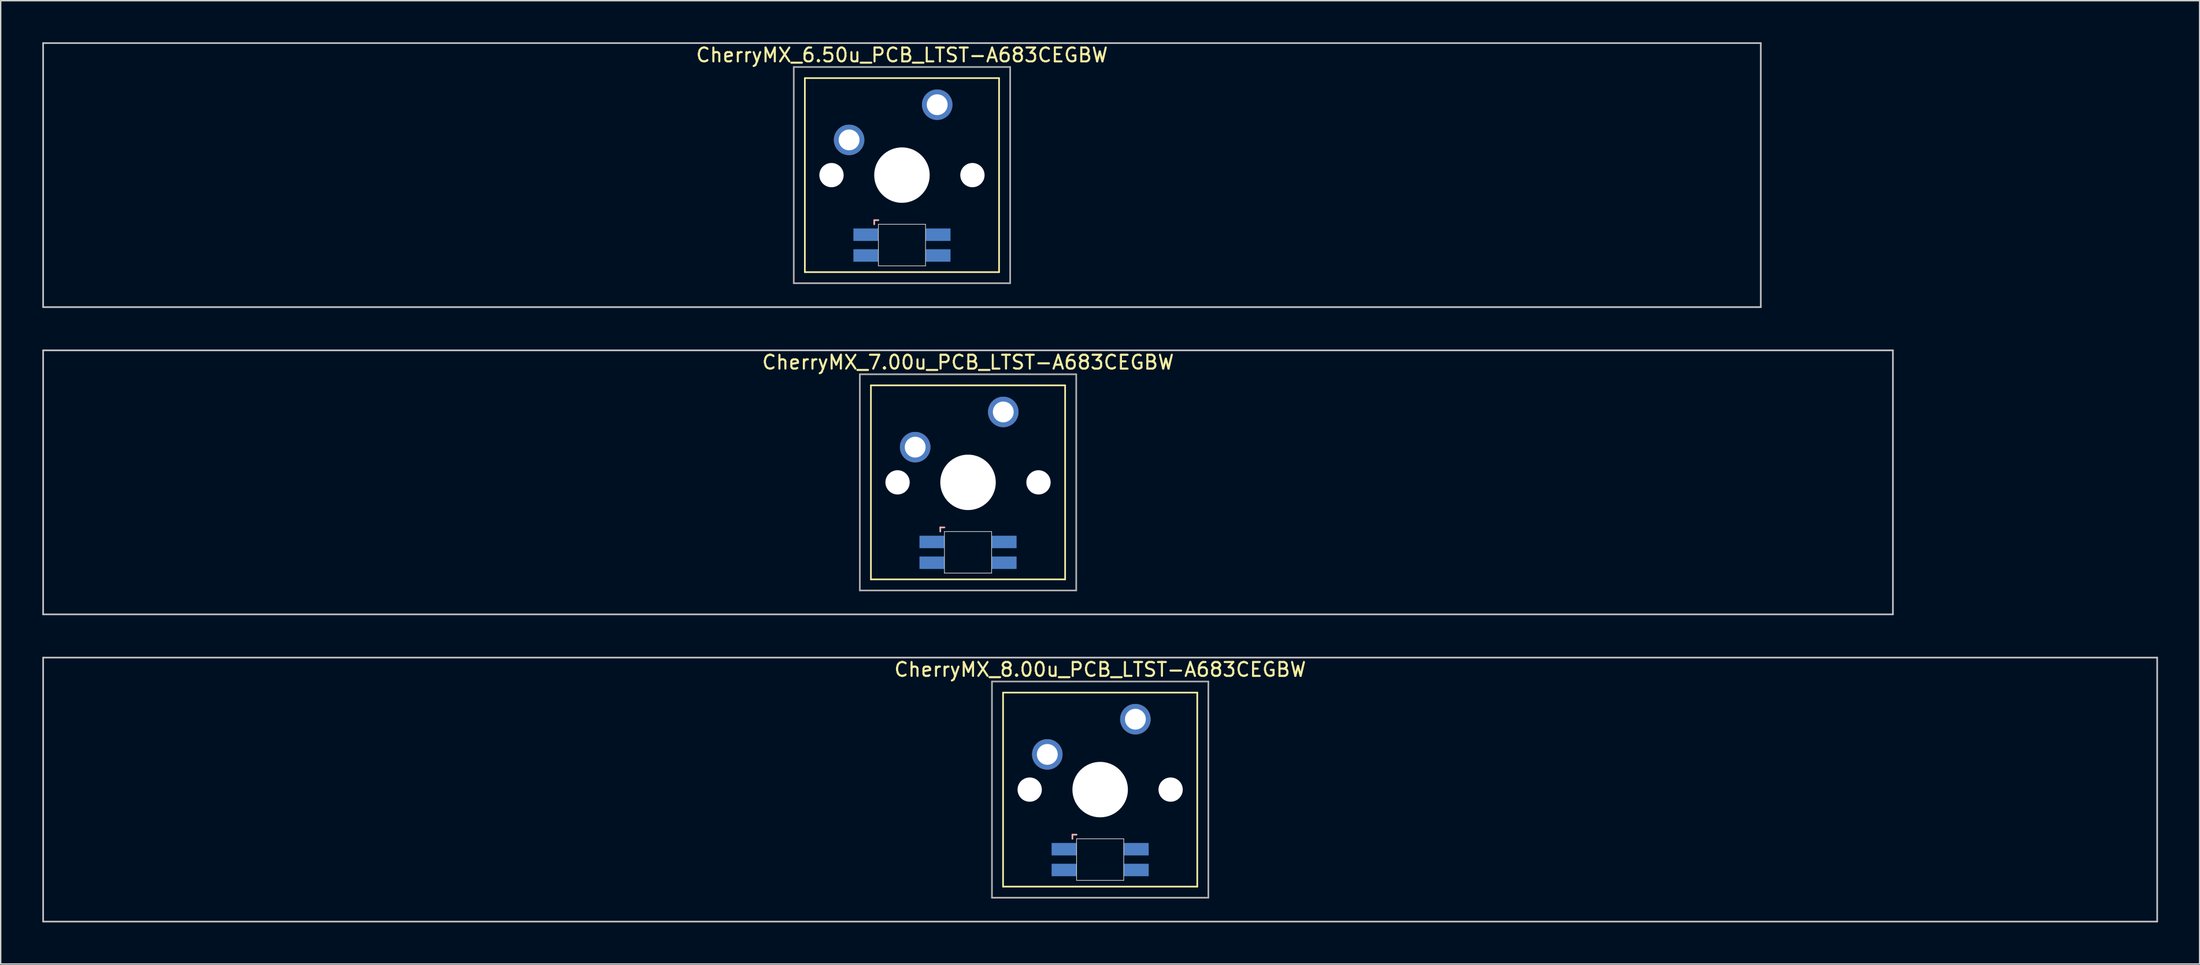
<source format=kicad_pcb>
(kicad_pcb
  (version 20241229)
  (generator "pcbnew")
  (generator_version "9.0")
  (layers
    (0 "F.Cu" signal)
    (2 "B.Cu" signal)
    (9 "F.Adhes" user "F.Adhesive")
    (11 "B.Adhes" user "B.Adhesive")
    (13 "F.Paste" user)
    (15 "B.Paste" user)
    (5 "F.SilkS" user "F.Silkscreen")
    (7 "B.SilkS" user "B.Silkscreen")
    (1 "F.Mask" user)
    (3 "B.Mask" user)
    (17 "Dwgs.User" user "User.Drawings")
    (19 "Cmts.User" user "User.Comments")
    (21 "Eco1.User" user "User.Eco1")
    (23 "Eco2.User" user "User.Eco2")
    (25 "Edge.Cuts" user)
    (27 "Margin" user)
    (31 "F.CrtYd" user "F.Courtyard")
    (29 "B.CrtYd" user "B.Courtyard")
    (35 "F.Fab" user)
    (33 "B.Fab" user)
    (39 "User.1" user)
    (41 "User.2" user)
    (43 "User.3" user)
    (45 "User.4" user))
  (footprint "CherryMX_8.00u_PCB_LTST-A683CEGBW"
    (layer "F.Cu")
    (at 76.26 53.925)
    (property "Reference" "CherryMX_8.00u_PCB_LTST-A683CEGBW" (at 0 -8.662 0) (layer "F.SilkS") (effects (font (size 1 1) (thickness 0.15))))
    (attr through_hole)
    (fp_line (start -7 -7) (end -7 7) (stroke (width 0.12) (type solid)) (layer "F.SilkS"))
    (fp_line (start -7 -7) (end 7 -7) (stroke (width 0.12) (type solid)) (layer "F.SilkS"))
    (fp_line (start 7 -7) (end 7 7) (stroke (width 0.12) (type solid)) (layer "F.SilkS"))
    (fp_line (start 7 7) (end -7 7) (stroke (width 0.12) (type solid)) (layer "F.SilkS"))
    (fp_line (start -2 3.25) (end -2 3.55) (stroke (width 0.12) (type solid)) (layer "B.SilkS"))
    (fp_line (start -1.7 3.25) (end -2 3.25) (stroke (width 0.12) (type solid)) (layer "B.SilkS"))
    (fp_line (start -76.2 -9.525) (end 76.2 -9.525) (stroke (width 0.12) (type solid)) (layer "Dwgs.User"))
    (fp_line (start -76.2 9.525) (end -76.2 -9.525) (stroke (width 0.12) (type solid)) (layer "Dwgs.User"))
    (fp_line (start 76.2 -9.525) (end 76.2 9.525) (stroke (width 0.12) (type solid)) (layer "Dwgs.User"))
    (fp_line (start 76.2 9.525) (end -76.2 9.525) (stroke (width 0.12) (type solid)) (layer "Dwgs.User"))
    (fp_line (start -1.7 3.55) (end 1.7 3.55) (stroke (width 0.05) (type solid)) (layer "Edge.Cuts"))
    (fp_line (start -1.7 6.55) (end -1.7 3.55) (stroke (width 0.05) (type solid)) (layer "Edge.Cuts"))
    (fp_line (start 1.7 3.55) (end 1.7 6.55) (stroke (width 0.05) (type solid)) (layer "Edge.Cuts"))
    (fp_line (start 1.7 6.55) (end -1.7 6.55) (stroke (width 0.05) (type solid)) (layer "Edge.Cuts"))
    (fp_line (start -7.8 -7.8) (end -7.8 7.8) (stroke (width 0.12) (type solid)) (layer "F.Fab"))
    (fp_line (start -7.8 -7.8) (end 7.8 -7.8) (stroke (width 0.12) (type solid)) (layer "F.Fab"))
    (fp_line (start -7.8 7.8) (end 7.8 7.8) (stroke (width 0.12) (type solid)) (layer "F.Fab"))
    (fp_line (start 7.8 -7.8) (end 7.8 7.8) (stroke (width 0.12) (type solid)) (layer "F.Fab"))
    (pad "" np_thru_hole circle (at -5.08 0) (size 1.75 1.75) (drill 1.75) (layers "*.Cu" "*.Mask"))
    (pad "" np_thru_hole circle (at 0 0) (size 4 4) (drill 4) (layers "*.Cu" "*.Mask"))
    (pad "" np_thru_hole circle (at 5.08 0) (size 1.75 1.75) (drill 1.75) (layers "*.Cu" "*.Mask"))
    (pad "1" thru_hole circle (at -3.81 -2.54) (size 2.2 2.2) (drill 1.5) (layers "*.Cu" "*.Mask"))
    (pad "2" thru_hole circle (at 2.54 -5.08) (size 2.2 2.2) (drill 1.5) (layers "*.Cu" "*.Mask"))
    (pad "3" smd rect (at -2.6 4.3) (size 1.8 0.9) (layers "B.Cu" "B.Mask" "B.Paste"))
    (pad "4" smd rect (at -2.6 5.8) (size 1.8 0.9) (layers "B.Cu" "B.Mask" "B.Paste"))
    (pad "5" smd rect (at 2.6 4.3) (size 1.8 0.9) (layers "B.Cu" "B.Mask" "B.Paste"))
    (pad "6" smd rect (at 2.6 5.8) (size 1.8 0.9) (layers "B.Cu" "B.Mask" "B.Paste")))
  (footprint "CherryMX_6.50u_PCB_LTST-A683CEGBW"
    (layer "F.Cu")
    (at 61.972 9.585)
    (property "Reference" "CherryMX_6.50u_PCB_LTST-A683CEGBW" (at 0 -8.662 0) (layer "F.SilkS") (effects (font (size 1 1) (thickness 0.15))))
    (attr through_hole)
    (fp_line (start -7 -7) (end -7 7) (stroke (width 0.12) (type solid)) (layer "F.SilkS"))
    (fp_line (start -7 -7) (end 7 -7) (stroke (width 0.12) (type solid)) (layer "F.SilkS"))
    (fp_line (start 7 -7) (end 7 7) (stroke (width 0.12) (type solid)) (layer "F.SilkS"))
    (fp_line (start 7 7) (end -7 7) (stroke (width 0.12) (type solid)) (layer "F.SilkS"))
    (fp_line (start -2 3.25) (end -2 3.55) (stroke (width 0.12) (type solid)) (layer "B.SilkS"))
    (fp_line (start -1.7 3.25) (end -2 3.25) (stroke (width 0.12) (type solid)) (layer "B.SilkS"))
    (fp_line (start -61.913 -9.525) (end 61.913 -9.525) (stroke (width 0.12) (type solid)) (layer "Dwgs.User"))
    (fp_line (start -61.913 9.525) (end -61.913 -9.525) (stroke (width 0.12) (type solid)) (layer "Dwgs.User"))
    (fp_line (start 61.913 -9.525) (end 61.913 9.525) (stroke (width 0.12) (type solid)) (layer "Dwgs.User"))
    (fp_line (start 61.913 9.525) (end -61.913 9.525) (stroke (width 0.12) (type solid)) (layer "Dwgs.User"))
    (fp_line (start -1.7 3.55) (end 1.7 3.55) (stroke (width 0.05) (type solid)) (layer "Edge.Cuts"))
    (fp_line (start -1.7 6.55) (end -1.7 3.55) (stroke (width 0.05) (type solid)) (layer "Edge.Cuts"))
    (fp_line (start 1.7 3.55) (end 1.7 6.55) (stroke (width 0.05) (type solid)) (layer "Edge.Cuts"))
    (fp_line (start 1.7 6.55) (end -1.7 6.55) (stroke (width 0.05) (type solid)) (layer "Edge.Cuts"))
    (fp_line (start -7.8 -7.8) (end -7.8 7.8) (stroke (width 0.12) (type solid)) (layer "F.Fab"))
    (fp_line (start -7.8 -7.8) (end 7.8 -7.8) (stroke (width 0.12) (type solid)) (layer "F.Fab"))
    (fp_line (start -7.8 7.8) (end 7.8 7.8) (stroke (width 0.12) (type solid)) (layer "F.Fab"))
    (fp_line (start 7.8 -7.8) (end 7.8 7.8) (stroke (width 0.12) (type solid)) (layer "F.Fab"))
    (pad "" np_thru_hole circle (at -5.08 0) (size 1.75 1.75) (drill 1.75) (layers "*.Cu" "*.Mask"))
    (pad "" np_thru_hole circle (at 0 0) (size 4 4) (drill 4) (layers "*.Cu" "*.Mask"))
    (pad "" np_thru_hole circle (at 5.08 0) (size 1.75 1.75) (drill 1.75) (layers "*.Cu" "*.Mask"))
    (pad "1" thru_hole circle (at -3.81 -2.54) (size 2.2 2.2) (drill 1.5) (layers "*.Cu" "*.Mask"))
    (pad "2" thru_hole circle (at 2.54 -5.08) (size 2.2 2.2) (drill 1.5) (layers "*.Cu" "*.Mask"))
    (pad "3" smd rect (at -2.6 4.3) (size 1.8 0.9) (layers "B.Cu" "B.Mask" "B.Paste"))
    (pad "4" smd rect (at -2.6 5.8) (size 1.8 0.9) (layers "B.Cu" "B.Mask" "B.Paste"))
    (pad "5" smd rect (at 2.6 4.3) (size 1.8 0.9) (layers "B.Cu" "B.Mask" "B.Paste"))
    (pad "6" smd rect (at 2.6 5.8) (size 1.8 0.9) (layers "B.Cu" "B.Mask" "B.Paste")))
  (footprint "CherryMX_7.00u_PCB_LTST-A683CEGBW"
    (layer "F.Cu")
    (at 66.735 31.755)
    (property "Reference" "CherryMX_7.00u_PCB_LTST-A683CEGBW" (at 0 -8.662 0) (layer "F.SilkS") (effects (font (size 1 1) (thickness 0.15))))
    (attr through_hole)
    (fp_line (start -7 -7) (end -7 7) (stroke (width 0.12) (type solid)) (layer "F.SilkS"))
    (fp_line (start -7 -7) (end 7 -7) (stroke (width 0.12) (type solid)) (layer "F.SilkS"))
    (fp_line (start 7 -7) (end 7 7) (stroke (width 0.12) (type solid)) (layer "F.SilkS"))
    (fp_line (start 7 7) (end -7 7) (stroke (width 0.12) (type solid)) (layer "F.SilkS"))
    (fp_line (start -2 3.25) (end -2 3.55) (stroke (width 0.12) (type solid)) (layer "B.SilkS"))
    (fp_line (start -1.7 3.25) (end -2 3.25) (stroke (width 0.12) (type solid)) (layer "B.SilkS"))
    (fp_line (start -66.675 -9.525) (end 66.675 -9.525) (stroke (width 0.12) (type solid)) (layer "Dwgs.User"))
    (fp_line (start -66.675 9.525) (end -66.675 -9.525) (stroke (width 0.12) (type solid)) (layer "Dwgs.User"))
    (fp_line (start 66.675 -9.525) (end 66.675 9.525) (stroke (width 0.12) (type solid)) (layer "Dwgs.User"))
    (fp_line (start 66.675 9.525) (end -66.675 9.525) (stroke (width 0.12) (type solid)) (layer "Dwgs.User"))
    (fp_line (start -1.7 3.55) (end 1.7 3.55) (stroke (width 0.05) (type solid)) (layer "Edge.Cuts"))
    (fp_line (start -1.7 6.55) (end -1.7 3.55) (stroke (width 0.05) (type solid)) (layer "Edge.Cuts"))
    (fp_line (start 1.7 3.55) (end 1.7 6.55) (stroke (width 0.05) (type solid)) (layer "Edge.Cuts"))
    (fp_line (start 1.7 6.55) (end -1.7 6.55) (stroke (width 0.05) (type solid)) (layer "Edge.Cuts"))
    (fp_line (start -7.8 -7.8) (end -7.8 7.8) (stroke (width 0.12) (type solid)) (layer "F.Fab"))
    (fp_line (start -7.8 -7.8) (end 7.8 -7.8) (stroke (width 0.12) (type solid)) (layer "F.Fab"))
    (fp_line (start -7.8 7.8) (end 7.8 7.8) (stroke (width 0.12) (type solid)) (layer "F.Fab"))
    (fp_line (start 7.8 -7.8) (end 7.8 7.8) (stroke (width 0.12) (type solid)) (layer "F.Fab"))
    (pad "" np_thru_hole circle (at -5.08 0) (size 1.75 1.75) (drill 1.75) (layers "*.Cu" "*.Mask"))
    (pad "" np_thru_hole circle (at 0 0) (size 4 4) (drill 4) (layers "*.Cu" "*.Mask"))
    (pad "" np_thru_hole circle (at 5.08 0) (size 1.75 1.75) (drill 1.75) (layers "*.Cu" "*.Mask"))
    (pad "1" thru_hole circle (at -3.81 -2.54) (size 2.2 2.2) (drill 1.5) (layers "*.Cu" "*.Mask"))
    (pad "2" thru_hole circle (at 2.54 -5.08) (size 2.2 2.2) (drill 1.5) (layers "*.Cu" "*.Mask"))
    (pad "3" smd rect (at -2.6 4.3) (size 1.8 0.9) (layers "B.Cu" "B.Mask" "B.Paste"))
    (pad "4" smd rect (at -2.6 5.8) (size 1.8 0.9) (layers "B.Cu" "B.Mask" "B.Paste"))
    (pad "5" smd rect (at 2.6 4.3) (size 1.8 0.9) (layers "B.Cu" "B.Mask" "B.Paste"))
    (pad "6" smd rect (at 2.6 5.8) (size 1.8 0.9) (layers "B.Cu" "B.Mask" "B.Paste")))
  (gr_rect
    (start -3 -3)
    (end 155.52 66.51)
    (stroke (width 0.1) (type default))
    (fill no)
    (layer "Edge.Cuts")))
</source>
